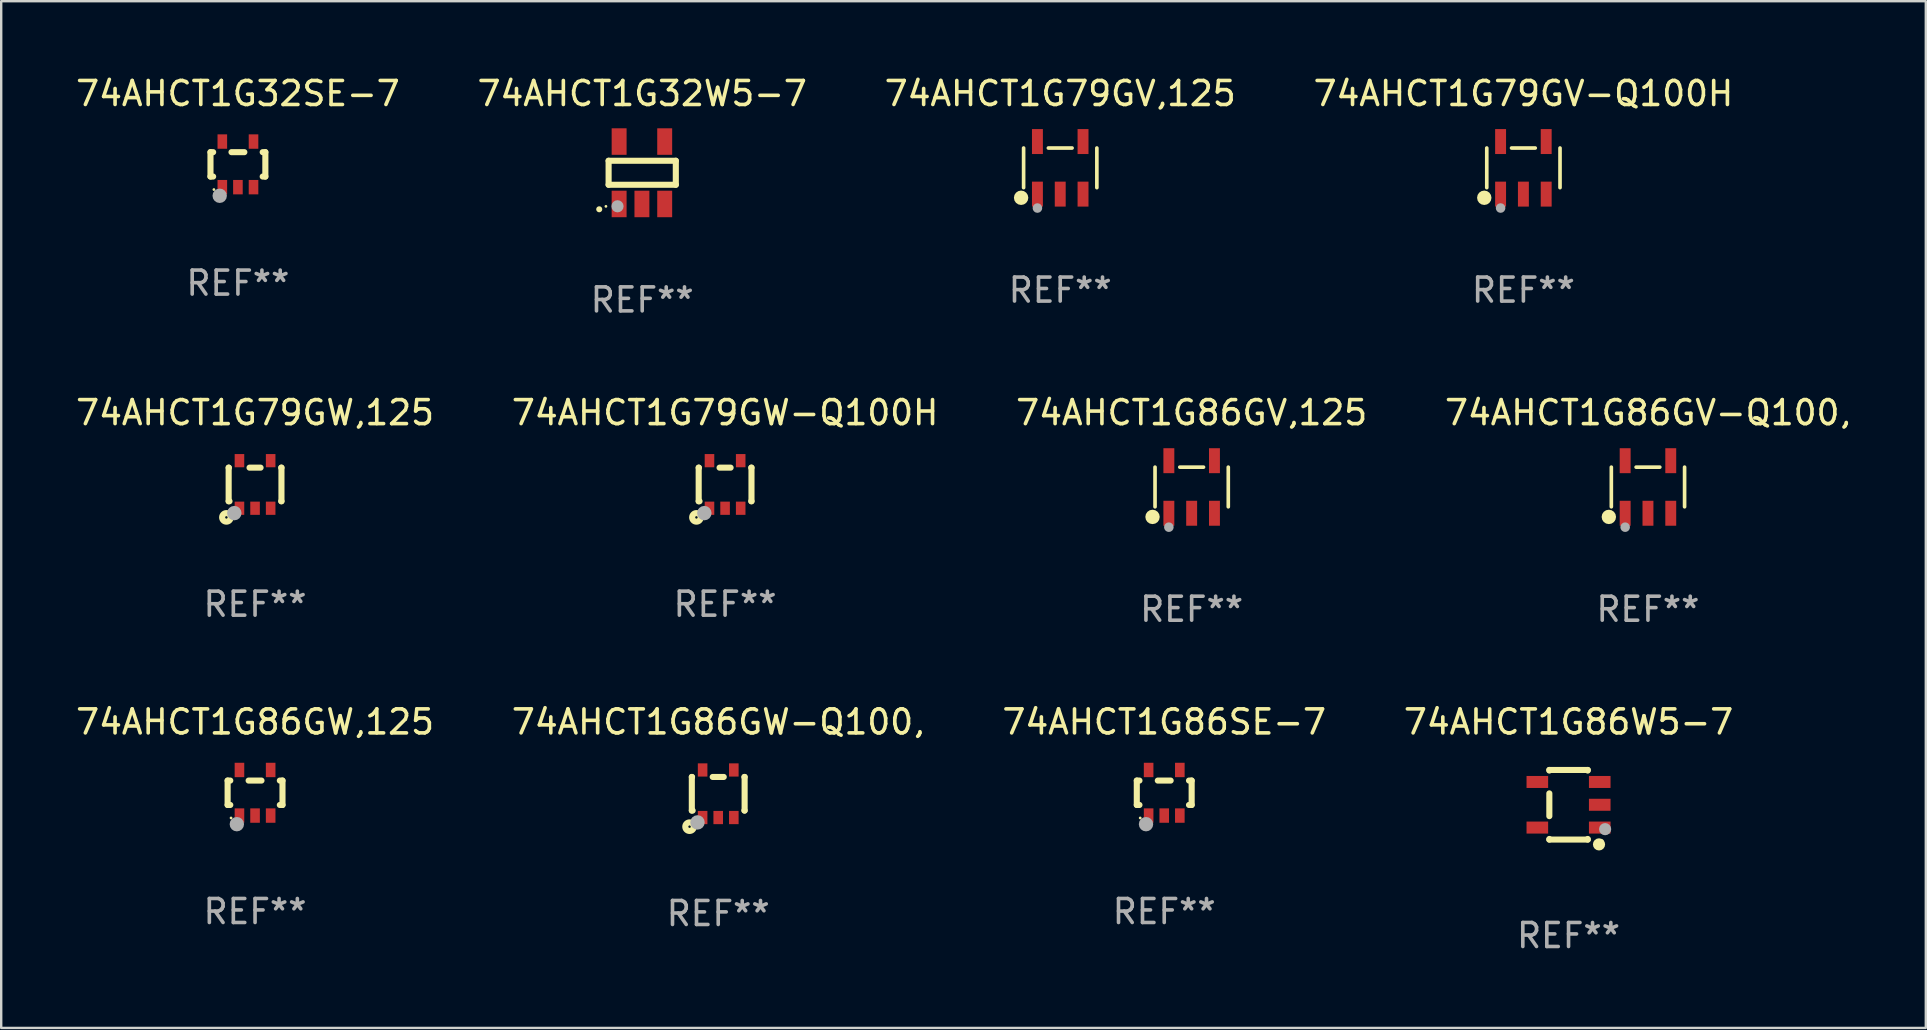
<source format=kicad_pcb>
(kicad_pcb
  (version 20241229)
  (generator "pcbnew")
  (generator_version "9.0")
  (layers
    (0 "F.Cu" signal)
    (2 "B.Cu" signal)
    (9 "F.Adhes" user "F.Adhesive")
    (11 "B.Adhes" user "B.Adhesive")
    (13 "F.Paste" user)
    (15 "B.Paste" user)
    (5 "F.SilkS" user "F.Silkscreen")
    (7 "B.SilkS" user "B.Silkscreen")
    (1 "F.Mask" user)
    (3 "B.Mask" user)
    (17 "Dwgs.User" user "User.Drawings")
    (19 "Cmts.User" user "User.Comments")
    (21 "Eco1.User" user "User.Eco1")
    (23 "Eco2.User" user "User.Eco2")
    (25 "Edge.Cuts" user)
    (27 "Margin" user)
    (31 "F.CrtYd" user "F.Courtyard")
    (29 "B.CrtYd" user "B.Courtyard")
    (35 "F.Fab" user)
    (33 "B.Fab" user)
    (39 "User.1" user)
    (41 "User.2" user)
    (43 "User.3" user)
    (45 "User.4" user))
  (footprint "74AHCT1G79GW-Q100H"
    (layer "F.Cu")
    (at 27.161 17.135)
    (property "Reference" "74AHCT1G79GW-Q100H" (at 0 -2.991 0) (layer "F.SilkS") (effects (font (size 1 1) (thickness 0.15))))
    (attr through_hole)
    (fp_line (start -1.1 -0.7) (end -1.1 0.7) (stroke (width 0.254) (type solid)) (layer "F.SilkS"))
    (fp_line (start -1.1 -0.7) (end -1.09 -0.7) (stroke (width 0.254) (type solid)) (layer "F.SilkS"))
    (fp_line (start -1.1 0.7) (end -1.065 0.7) (stroke (width 0.254) (type solid)) (layer "F.SilkS"))
    (fp_line (start -0.23 -0.7) (end 0.23 -0.7) (stroke (width 0.254) (type solid)) (layer "F.SilkS"))
    (fp_line (start 1.09 -0.7) (end 1.1 -0.7) (stroke (width 0.254) (type solid)) (layer "F.SilkS"))
    (fp_line (start 1.09 0.7) (end 1.1 0.7) (stroke (width 0.254) (type solid)) (layer "F.SilkS"))
    (fp_line (start 1.1 -0.7) (end 1.1 0.7) (stroke (width 0.254) (type solid)) (layer "F.SilkS"))
    (fp_circle (center -1.194 1.372) (end -1.143 1.372) (stroke (width 0.254) (type solid)) (fill no) (layer "F.SilkS"))
    (fp_circle (center -1.05 1.063) (end -1.02 1.063) (stroke (width 0.06) (type solid)) (fill no) (layer "F.SilkS"))
    (fp_circle (center -0.864 1.194) (end -0.713 1.194) (stroke (width 0.3) (type solid)) (fill no) (layer "F.Fab"))
    (fp_text user "REF**" (at 0 4.991 0) (layer "F.Fab") (effects (font (size 1 1) (thickness 0.15))))
    (pad "1" smd rect (at -0.65 0.991 180) (size 0.399 0.551) (layers "F.Cu" "F.Mask" "F.Paste"))
    (pad "2" smd rect (at 0 0.991 180) (size 0.399 0.551) (layers "F.Cu" "F.Mask" "F.Paste"))
    (pad "3" smd rect (at 0.65 0.991 180) (size 0.399 0.551) (layers "F.Cu" "F.Mask" "F.Paste"))
    (pad "4" smd rect (at 0.65 -0.991 180) (size 0.399 0.551) (layers "F.Cu" "F.Mask" "F.Paste"))
    (pad "5" smd rect (at -0.65 -0.991 180) (size 0.399 0.551) (layers "F.Cu" "F.Mask" "F.Paste")))
  (footprint "74AHCT1G86GV-Q100,"
    (layer "F.Cu")
    (at 65.613 17.24)
    (property "Reference" "74AHCT1G86GV-Q100," (at 0 -3.095 0) (layer "F.SilkS") (effects (font (size 1 1) (thickness 0.15))))
    (attr through_hole)
    (fp_line (start -1.526 0.826) (end -1.526 -0.826) (stroke (width 0.152) (type solid)) (layer "F.SilkS"))
    (fp_line (start 0.494 -0.826) (end -0.494 -0.826) (stroke (width 0.152) (type solid)) (layer "F.SilkS"))
    (fp_line (start 1.526 0.826) (end 1.526 -0.826) (stroke (width 0.152) (type solid)) (layer "F.SilkS"))
    (fp_circle (center -1.63 1.247) (end -1.48 1.247) (stroke (width 0.3) (type solid)) (fill no) (layer "F.SilkS"))
    (fp_circle (center -1.45 1.375) (end -1.42 1.375) (stroke (width 0.06) (type solid)) (fill no) (layer "F.SilkS"))
    (fp_circle (center -0.95 1.675) (end -0.85 1.675) (stroke (width 0.2) (type solid)) (fill no) (layer "F.Fab"))
    (fp_text user "REF**" (at 0 5.095 0) (layer "F.Fab") (effects (font (size 1 1) (thickness 0.15))))
    (pad "1" smd rect (at -0.95 1.095) (size 0.455 1.04) (layers "F.Cu" "F.Mask" "F.Paste"))
    (pad "2" smd rect (at 0 1.095) (size 0.455 1.04) (layers "F.Cu" "F.Mask" "F.Paste"))
    (pad "3" smd rect (at 0.95 1.095) (size 0.455 1.04) (layers "F.Cu" "F.Mask" "F.Paste"))
    (pad "4" smd rect (at 0.95 -1.095) (size 0.455 1.04) (layers "F.Cu" "F.Mask" "F.Paste"))
    (pad "5" smd rect (at -0.95 -1.095) (size 0.455 1.04) (layers "F.Cu" "F.Mask" "F.Paste")))
  (footprint "74AHCT1G86W5-7"
    (layer "F.Cu")
    (at 62.304 30.481)
    (property "Reference" "74AHCT1G86W5-7" (at 0 -3.45 0) (layer "F.SilkS") (effects (font (size 1 1) (thickness 0.15))))
    (attr through_hole)
    (fp_line (start -0.8 -1.45) (end -0.8 -1.426) (stroke (width 0.254) (type solid)) (layer "F.SilkS"))
    (fp_line (start -0.8 -0.474) (end -0.8 0.474) (stroke (width 0.254) (type solid)) (layer "F.SilkS"))
    (fp_line (start -0.8 1.426) (end -0.8 1.45) (stroke (width 0.254) (type solid)) (layer "F.SilkS"))
    (fp_line (start 0.8 -1.45) (end -0.8 -1.45) (stroke (width 0.254) (type solid)) (layer "F.SilkS"))
    (fp_line (start 0.8 -1.426) (end 0.8 -1.45) (stroke (width 0.254) (type solid)) (layer "F.SilkS"))
    (fp_line (start 0.8 1.45) (end -0.8 1.45) (stroke (width 0.254) (type solid)) (layer "F.SilkS"))
    (fp_line (start 0.8 1.45) (end 0.8 1.426) (stroke (width 0.254) (type solid)) (layer "F.SilkS"))
    (fp_circle (center 1.27 1.651) (end 1.397 1.651) (stroke (width 0.254) (type solid)) (fill no) (layer "F.SilkS"))
    (fp_circle (center 1.4 1.5) (end 1.43 1.5) (stroke (width 0.06) (type solid)) (fill no) (layer "F.SilkS"))
    (fp_circle (center 1.524 1.016) (end 1.651 1.016) (stroke (width 0.254) (type solid)) (fill no) (layer "F.Fab"))
    (fp_text user "REF**" (at 0 5.45 0) (layer "F.Fab") (effects (font (size 1 1) (thickness 0.15))))
    (pad "1" smd rect (at 1.3 0.95 90) (size 0.5 0.9) (layers "F.Cu" "F.Mask" "F.Paste"))
    (pad "2" smd rect (at 1.3 0.000051 90) (size 0.5 0.9) (layers "F.Cu" "F.Mask" "F.Paste"))
    (pad "3" smd rect (at 1.3 -0.95 90) (size 0.5 0.9) (layers "F.Cu" "F.Mask" "F.Paste"))
    (pad "4" smd rect (at -1.3 -0.95 90) (size 0.5 0.9) (layers "F.Cu" "F.Mask" "F.Paste"))
    (pad "5" smd rect (at -1.3 0.95 90) (size 0.5 0.9) (layers "F.Cu" "F.Mask" "F.Paste")))
  (footprint "74AHCT1G79GW,125"
    (layer "F.Cu")
    (at 7.577 17.135)
    (property "Reference" "74AHCT1G79GW,125" (at 0 -2.991 0) (layer "F.SilkS") (effects (font (size 1 1) (thickness 0.15))))
    (attr through_hole)
    (fp_line (start -1.1 -0.7) (end -1.1 0.7) (stroke (width 0.254) (type solid)) (layer "F.SilkS"))
    (fp_line (start -1.1 -0.7) (end -1.09 -0.7) (stroke (width 0.254) (type solid)) (layer "F.SilkS"))
    (fp_line (start -1.1 0.7) (end -1.065 0.7) (stroke (width 0.254) (type solid)) (layer "F.SilkS"))
    (fp_line (start -0.23 -0.7) (end 0.23 -0.7) (stroke (width 0.254) (type solid)) (layer "F.SilkS"))
    (fp_line (start 1.09 -0.7) (end 1.1 -0.7) (stroke (width 0.254) (type solid)) (layer "F.SilkS"))
    (fp_line (start 1.09 0.7) (end 1.1 0.7) (stroke (width 0.254) (type solid)) (layer "F.SilkS"))
    (fp_line (start 1.1 -0.7) (end 1.1 0.7) (stroke (width 0.254) (type solid)) (layer "F.SilkS"))
    (fp_circle (center -1.194 1.372) (end -1.143 1.372) (stroke (width 0.254) (type solid)) (fill no) (layer "F.SilkS"))
    (fp_circle (center -1.05 1.063) (end -1.02 1.063) (stroke (width 0.06) (type solid)) (fill no) (layer "F.SilkS"))
    (fp_circle (center -0.864 1.194) (end -0.713 1.194) (stroke (width 0.3) (type solid)) (fill no) (layer "F.Fab"))
    (fp_text user "REF**" (at 0 4.991 0) (layer "F.Fab") (effects (font (size 1 1) (thickness 0.15))))
    (pad "1" smd rect (at -0.65 0.991 180) (size 0.399 0.551) (layers "F.Cu" "F.Mask" "F.Paste"))
    (pad "2" smd rect (at 0 0.991 180) (size 0.399 0.551) (layers "F.Cu" "F.Mask" "F.Paste"))
    (pad "3" smd rect (at 0.65 0.991 180) (size 0.399 0.551) (layers "F.Cu" "F.Mask" "F.Paste"))
    (pad "4" smd rect (at 0.65 -0.991 180) (size 0.399 0.551) (layers "F.Cu" "F.Mask" "F.Paste"))
    (pad "5" smd rect (at -0.65 -0.991 180) (size 0.399 0.551) (layers "F.Cu" "F.Mask" "F.Paste")))
  (footprint "74AHCT1G79GV-Q100H"
    (layer "F.Cu")
    (at 60.423 3.943)
    (property "Reference" "74AHCT1G79GV-Q100H" (at 0 -3.095 0) (layer "F.SilkS") (effects (font (size 1 1) (thickness 0.15))))
    (attr through_hole)
    (fp_line (start -1.526 0.826) (end -1.526 -0.826) (stroke (width 0.152) (type solid)) (layer "F.SilkS"))
    (fp_line (start 0.494 -0.826) (end -0.494 -0.826) (stroke (width 0.152) (type solid)) (layer "F.SilkS"))
    (fp_line (start 1.526 0.826) (end 1.526 -0.826) (stroke (width 0.152) (type solid)) (layer "F.SilkS"))
    (fp_circle (center -1.63 1.247) (end -1.48 1.247) (stroke (width 0.3) (type solid)) (fill no) (layer "F.SilkS"))
    (fp_circle (center -1.45 1.375) (end -1.42 1.375) (stroke (width 0.06) (type solid)) (fill no) (layer "F.SilkS"))
    (fp_circle (center -0.95 1.675) (end -0.85 1.675) (stroke (width 0.2) (type solid)) (fill no) (layer "F.Fab"))
    (fp_text user "REF**" (at 0 5.095 0) (layer "F.Fab") (effects (font (size 1 1) (thickness 0.15))))
    (pad "1" smd rect (at -0.95 1.095) (size 0.455 1.04) (layers "F.Cu" "F.Mask" "F.Paste"))
    (pad "2" smd rect (at 0 1.095) (size 0.455 1.04) (layers "F.Cu" "F.Mask" "F.Paste"))
    (pad "3" smd rect (at 0.95 1.095) (size 0.455 1.04) (layers "F.Cu" "F.Mask" "F.Paste"))
    (pad "4" smd rect (at 0.95 -1.095) (size 0.455 1.04) (layers "F.Cu" "F.Mask" "F.Paste"))
    (pad "5" smd rect (at -0.95 -1.095) (size 0.455 1.04) (layers "F.Cu" "F.Mask" "F.Paste")))
  (footprint "74AHCT1G32SE-7"
    (layer "F.Cu")
    (at 6.863 3.798)
    (property "Reference" "74AHCT1G32SE-7" (at 0 -2.95 0) (layer "F.SilkS") (effects (font (size 1 1) (thickness 0.15))))
    (attr through_hole)
    (fp_line (start -1.143 -0.508) (end -1.032 -0.508) (stroke (width 0.254) (type solid)) (layer "F.SilkS"))
    (fp_line (start -1.143 0.508) (end -1.143 -0.508) (stroke (width 0.254) (type solid)) (layer "F.SilkS"))
    (fp_line (start -1.032 0.508) (end -1.143 0.508) (stroke (width 0.254) (type solid)) (layer "F.SilkS"))
    (fp_line (start -0.268 -0.508) (end 0.268 -0.508) (stroke (width 0.254) (type solid)) (layer "F.SilkS"))
    (fp_line (start 1.032 -0.508) (end 1.143 -0.508) (stroke (width 0.254) (type solid)) (layer "F.SilkS"))
    (fp_line (start 1.143 -0.508) (end 1.143 0.508) (stroke (width 0.254) (type solid)) (layer "F.SilkS"))
    (fp_line (start 1.143 0.508) (end 1.032 0.508) (stroke (width 0.254) (type solid)) (layer "F.SilkS"))
    (fp_circle (center -1 1.05) (end -0.97 1.05) (stroke (width 0.06) (type solid)) (fill no) (layer "F.SilkS"))
    (fp_circle (center -0.759 1.309) (end -0.609 1.309) (stroke (width 0.3) (type solid)) (fill no) (layer "F.Fab"))
    (fp_text user "REF**" (at 0 4.95 0) (layer "F.Fab") (effects (font (size 1 1) (thickness 0.15))))
    (pad "1" smd rect (at -0.65 0.95 180) (size 0.4 0.6) (layers "F.Cu" "F.Mask" "F.Paste"))
    (pad "2" smd rect (at 0 0.95 180) (size 0.4 0.6) (layers "F.Cu" "F.Mask" "F.Paste"))
    (pad "3" smd rect (at 0.65 0.95 180) (size 0.4 0.6) (layers "F.Cu" "F.Mask" "F.Paste"))
    (pad "4" smd rect (at 0.65 -0.95 180) (size 0.4 0.6) (layers "F.Cu" "F.Mask" "F.Paste"))
    (pad "5" smd rect (at -0.65 -0.95 180) (size 0.4 0.6) (layers "F.Cu" "F.Mask" "F.Paste")))
  (footprint "74AHCT1G86GV,125"
    (layer "F.Cu")
    (at 46.601 17.24)
    (property "Reference" "74AHCT1G86GV,125" (at 0 -3.095 0) (layer "F.SilkS") (effects (font (size 1 1) (thickness 0.15))))
    (attr through_hole)
    (fp_line (start -1.526 0.826) (end -1.526 -0.826) (stroke (width 0.152) (type solid)) (layer "F.SilkS"))
    (fp_line (start 0.494 -0.826) (end -0.494 -0.826) (stroke (width 0.152) (type solid)) (layer "F.SilkS"))
    (fp_line (start 1.526 0.826) (end 1.526 -0.826) (stroke (width 0.152) (type solid)) (layer "F.SilkS"))
    (fp_circle (center -1.63 1.247) (end -1.48 1.247) (stroke (width 0.3) (type solid)) (fill no) (layer "F.SilkS"))
    (fp_circle (center -1.45 1.375) (end -1.42 1.375) (stroke (width 0.06) (type solid)) (fill no) (layer "F.SilkS"))
    (fp_circle (center -0.95 1.675) (end -0.85 1.675) (stroke (width 0.2) (type solid)) (fill no) (layer "F.Fab"))
    (fp_text user "REF**" (at 0 5.095 0) (layer "F.Fab") (effects (font (size 1 1) (thickness 0.15))))
    (pad "1" smd rect (at -0.95 1.095) (size 0.455 1.04) (layers "F.Cu" "F.Mask" "F.Paste"))
    (pad "2" smd rect (at 0 1.095) (size 0.455 1.04) (layers "F.Cu" "F.Mask" "F.Paste"))
    (pad "3" smd rect (at 0.95 1.095) (size 0.455 1.04) (layers "F.Cu" "F.Mask" "F.Paste"))
    (pad "4" smd rect (at 0.95 -1.095) (size 0.455 1.04) (layers "F.Cu" "F.Mask" "F.Paste"))
    (pad "5" smd rect (at -0.95 -1.095) (size 0.455 1.04) (layers "F.Cu" "F.Mask" "F.Paste")))
  (footprint "74AHCT1G32W5-7"
    (layer "F.Cu")
    (at 23.708 4.148)
    (property "Reference" "74AHCT1G32W5-7" (at 0 -3.3 0) (layer "F.SilkS") (effects (font (size 1 1) (thickness 0.15))))
    (attr through_hole)
    (fp_line (start -1.4 -0.5) (end 1.4 -0.5) (stroke (width 0.254) (type solid)) (layer "F.SilkS"))
    (fp_line (start -1.4 0.5) (end -1.4 -0.5) (stroke (width 0.254) (type solid)) (layer "F.SilkS"))
    (fp_line (start 1.4 -0.5) (end 1.4 0.5) (stroke (width 0.254) (type solid)) (layer "F.SilkS"))
    (fp_line (start 1.4 0.5) (end -1.4 0.5) (stroke (width 0.254) (type solid)) (layer "F.SilkS"))
    (fp_arc (start -1.791948 1.521463) (mid -1.790678 1.521457) (end -1.789408 1.521463) (stroke (width 0.24892) (type solid)) (layer "F.SilkS"))
    (fp_circle (center -1.512 1.4) (end -1.482 1.4) (stroke (width 0.06) (type solid)) (fill no) (layer "F.SilkS"))
    (fp_circle (center -1.029 1.397) (end -0.902 1.397) (stroke (width 0.254) (type solid)) (fill no) (layer "F.Fab"))
    (fp_text user "REF**" (at 0 5.3 0) (layer "F.Fab") (effects (font (size 1 1) (thickness 0.15))))
    (pad "1" smd rect (at -0.962 1.3) (size 0.622 1.105) (layers "F.Cu" "F.Mask" "F.Paste"))
    (pad "2" smd rect (at -0.012 1.3) (size 0.622 1.105) (layers "F.Cu" "F.Mask" "F.Paste"))
    (pad "3" smd rect (at 0.937 1.3) (size 0.622 1.105) (layers "F.Cu" "F.Mask" "F.Paste"))
    (pad "4" smd rect (at 0.937 -1.3) (size 0.622 1.105) (layers "F.Cu" "F.Mask" "F.Paste"))
    (pad "5" smd rect (at -0.962 -1.3) (size 0.622 1.105) (layers "F.Cu" "F.Mask" "F.Paste")))
  (footprint "74AHCT1G86GW,125"
    (layer "F.Cu")
    (at 7.577 29.981)
    (property "Reference" "74AHCT1G86GW,125" (at 0 -2.95 0) (layer "F.SilkS") (effects (font (size 1 1) (thickness 0.15))))
    (attr through_hole)
    (fp_line (start -1.143 -0.508) (end -1.032 -0.508) (stroke (width 0.254) (type solid)) (layer "F.SilkS"))
    (fp_line (start -1.143 0.508) (end -1.143 -0.508) (stroke (width 0.254) (type solid)) (layer "F.SilkS"))
    (fp_line (start -1.032 0.508) (end -1.143 0.508) (stroke (width 0.254) (type solid)) (layer "F.SilkS"))
    (fp_line (start -0.268 -0.508) (end 0.268 -0.508) (stroke (width 0.254) (type solid)) (layer "F.SilkS"))
    (fp_line (start 1.032 -0.508) (end 1.143 -0.508) (stroke (width 0.254) (type solid)) (layer "F.SilkS"))
    (fp_line (start 1.143 -0.508) (end 1.143 0.508) (stroke (width 0.254) (type solid)) (layer "F.SilkS"))
    (fp_line (start 1.143 0.508) (end 1.032 0.508) (stroke (width 0.254) (type solid)) (layer "F.SilkS"))
    (fp_circle (center -1 1.05) (end -0.97 1.05) (stroke (width 0.06) (type solid)) (fill no) (layer "F.SilkS"))
    (fp_circle (center -0.759 1.309) (end -0.609 1.309) (stroke (width 0.3) (type solid)) (fill no) (layer "F.Fab"))
    (fp_text user "REF**" (at 0 4.95 0) (layer "F.Fab") (effects (font (size 1 1) (thickness 0.15))))
    (pad "1" smd rect (at -0.65 0.95 180) (size 0.4 0.6) (layers "F.Cu" "F.Mask" "F.Paste"))
    (pad "2" smd rect (at 0 0.95 180) (size 0.4 0.6) (layers "F.Cu" "F.Mask" "F.Paste"))
    (pad "3" smd rect (at 0.65 0.95 180) (size 0.4 0.6) (layers "F.Cu" "F.Mask" "F.Paste"))
    (pad "4" smd rect (at 0.65 -0.95 180) (size 0.4 0.6) (layers "F.Cu" "F.Mask" "F.Paste"))
    (pad "5" smd rect (at -0.65 -0.95 180) (size 0.4 0.6) (layers "F.Cu" "F.Mask" "F.Paste")))
  (footprint "74AHCT1G86GW-Q100,"
    (layer "F.Cu")
    (at 26.875 30.022)
    (property "Reference" "74AHCT1G86GW-Q100," (at 0 -2.991 0) (layer "F.SilkS") (effects (font (size 1 1) (thickness 0.15))))
    (attr through_hole)
    (fp_line (start -1.1 -0.7) (end -1.1 0.7) (stroke (width 0.254) (type solid)) (layer "F.SilkS"))
    (fp_line (start -1.1 -0.7) (end -1.09 -0.7) (stroke (width 0.254) (type solid)) (layer "F.SilkS"))
    (fp_line (start -1.1 0.7) (end -1.065 0.7) (stroke (width 0.254) (type solid)) (layer "F.SilkS"))
    (fp_line (start -0.23 -0.7) (end 0.23 -0.7) (stroke (width 0.254) (type solid)) (layer "F.SilkS"))
    (fp_line (start 1.09 -0.7) (end 1.1 -0.7) (stroke (width 0.254) (type solid)) (layer "F.SilkS"))
    (fp_line (start 1.09 0.7) (end 1.1 0.7) (stroke (width 0.254) (type solid)) (layer "F.SilkS"))
    (fp_line (start 1.1 -0.7) (end 1.1 0.7) (stroke (width 0.254) (type solid)) (layer "F.SilkS"))
    (fp_circle (center -1.194 1.372) (end -1.143 1.372) (stroke (width 0.254) (type solid)) (fill no) (layer "F.SilkS"))
    (fp_circle (center -1.05 1.063) (end -1.02 1.063) (stroke (width 0.06) (type solid)) (fill no) (layer "F.SilkS"))
    (fp_circle (center -0.864 1.194) (end -0.713 1.194) (stroke (width 0.3) (type solid)) (fill no) (layer "F.Fab"))
    (fp_text user "REF**" (at 0 4.991 0) (layer "F.Fab") (effects (font (size 1 1) (thickness 0.15))))
    (pad "1" smd rect (at -0.65 0.991 180) (size 0.399 0.551) (layers "F.Cu" "F.Mask" "F.Paste"))
    (pad "2" smd rect (at 0 0.991 180) (size 0.399 0.551) (layers "F.Cu" "F.Mask" "F.Paste"))
    (pad "3" smd rect (at 0.65 0.991 180) (size 0.399 0.551) (layers "F.Cu" "F.Mask" "F.Paste"))
    (pad "4" smd rect (at 0.65 -0.991 180) (size 0.399 0.551) (layers "F.Cu" "F.Mask" "F.Paste"))
    (pad "5" smd rect (at -0.65 -0.991 180) (size 0.399 0.551) (layers "F.Cu" "F.Mask" "F.Paste")))
  (footprint "74AHCT1G86SE-7"
    (layer "F.Cu")
    (at 45.458 29.981)
    (property "Reference" "74AHCT1G86SE-7" (at 0 -2.95 0) (layer "F.SilkS") (effects (font (size 1 1) (thickness 0.15))))
    (attr through_hole)
    (fp_line (start -1.143 -0.508) (end -1.032 -0.508) (stroke (width 0.254) (type solid)) (layer "F.SilkS"))
    (fp_line (start -1.143 0.508) (end -1.143 -0.508) (stroke (width 0.254) (type solid)) (layer "F.SilkS"))
    (fp_line (start -1.032 0.508) (end -1.143 0.508) (stroke (width 0.254) (type solid)) (layer "F.SilkS"))
    (fp_line (start -0.268 -0.508) (end 0.268 -0.508) (stroke (width 0.254) (type solid)) (layer "F.SilkS"))
    (fp_line (start 1.032 -0.508) (end 1.143 -0.508) (stroke (width 0.254) (type solid)) (layer "F.SilkS"))
    (fp_line (start 1.143 -0.508) (end 1.143 0.508) (stroke (width 0.254) (type solid)) (layer "F.SilkS"))
    (fp_line (start 1.143 0.508) (end 1.032 0.508) (stroke (width 0.254) (type solid)) (layer "F.SilkS"))
    (fp_circle (center -1 1.05) (end -0.97 1.05) (stroke (width 0.06) (type solid)) (fill no) (layer "F.SilkS"))
    (fp_circle (center -0.759 1.309) (end -0.609 1.309) (stroke (width 0.3) (type solid)) (fill no) (layer "F.Fab"))
    (fp_text user "REF**" (at 0 4.95 0) (layer "F.Fab") (effects (font (size 1 1) (thickness 0.15))))
    (pad "1" smd rect (at -0.65 0.95 180) (size 0.4 0.6) (layers "F.Cu" "F.Mask" "F.Paste"))
    (pad "2" smd rect (at 0 0.95 180) (size 0.4 0.6) (layers "F.Cu" "F.Mask" "F.Paste"))
    (pad "3" smd rect (at 0.65 0.95 180) (size 0.4 0.6) (layers "F.Cu" "F.Mask" "F.Paste"))
    (pad "4" smd rect (at 0.65 -0.95 180) (size 0.4 0.6) (layers "F.Cu" "F.Mask" "F.Paste"))
    (pad "5" smd rect (at -0.65 -0.95 180) (size 0.4 0.6) (layers "F.Cu" "F.Mask" "F.Paste")))
  (footprint "74AHCT1G79GV,125"
    (layer "F.Cu")
    (at 41.125 3.943)
    (property "Reference" "74AHCT1G79GV,125" (at 0 -3.095 0) (layer "F.SilkS") (effects (font (size 1 1) (thickness 0.15))))
    (attr through_hole)
    (fp_line (start -1.526 0.826) (end -1.526 -0.826) (stroke (width 0.152) (type solid)) (layer "F.SilkS"))
    (fp_line (start 0.494 -0.826) (end -0.494 -0.826) (stroke (width 0.152) (type solid)) (layer "F.SilkS"))
    (fp_line (start 1.526 0.826) (end 1.526 -0.826) (stroke (width 0.152) (type solid)) (layer "F.SilkS"))
    (fp_circle (center -1.63 1.247) (end -1.48 1.247) (stroke (width 0.3) (type solid)) (fill no) (layer "F.SilkS"))
    (fp_circle (center -1.45 1.375) (end -1.42 1.375) (stroke (width 0.06) (type solid)) (fill no) (layer "F.SilkS"))
    (fp_circle (center -0.95 1.675) (end -0.85 1.675) (stroke (width 0.2) (type solid)) (fill no) (layer "F.Fab"))
    (fp_text user "REF**" (at 0 5.095 0) (layer "F.Fab") (effects (font (size 1 1) (thickness 0.15))))
    (pad "1" smd rect (at -0.95 1.095) (size 0.455 1.04) (layers "F.Cu" "F.Mask" "F.Paste"))
    (pad "2" smd rect (at 0 1.095) (size 0.455 1.04) (layers "F.Cu" "F.Mask" "F.Paste"))
    (pad "3" smd rect (at 0.95 1.095) (size 0.455 1.04) (layers "F.Cu" "F.Mask" "F.Paste"))
    (pad "4" smd rect (at 0.95 -1.095) (size 0.455 1.04) (layers "F.Cu" "F.Mask" "F.Paste"))
    (pad "5" smd rect (at -0.95 -1.095) (size 0.455 1.04) (layers "F.Cu" "F.Mask" "F.Paste")))
  (gr_rect
    (start -3 -3)
    (end 77.19 39.779)
    (stroke (width 0.1) (type default))
    (fill no)
    (layer "Edge.Cuts")))
</source>
